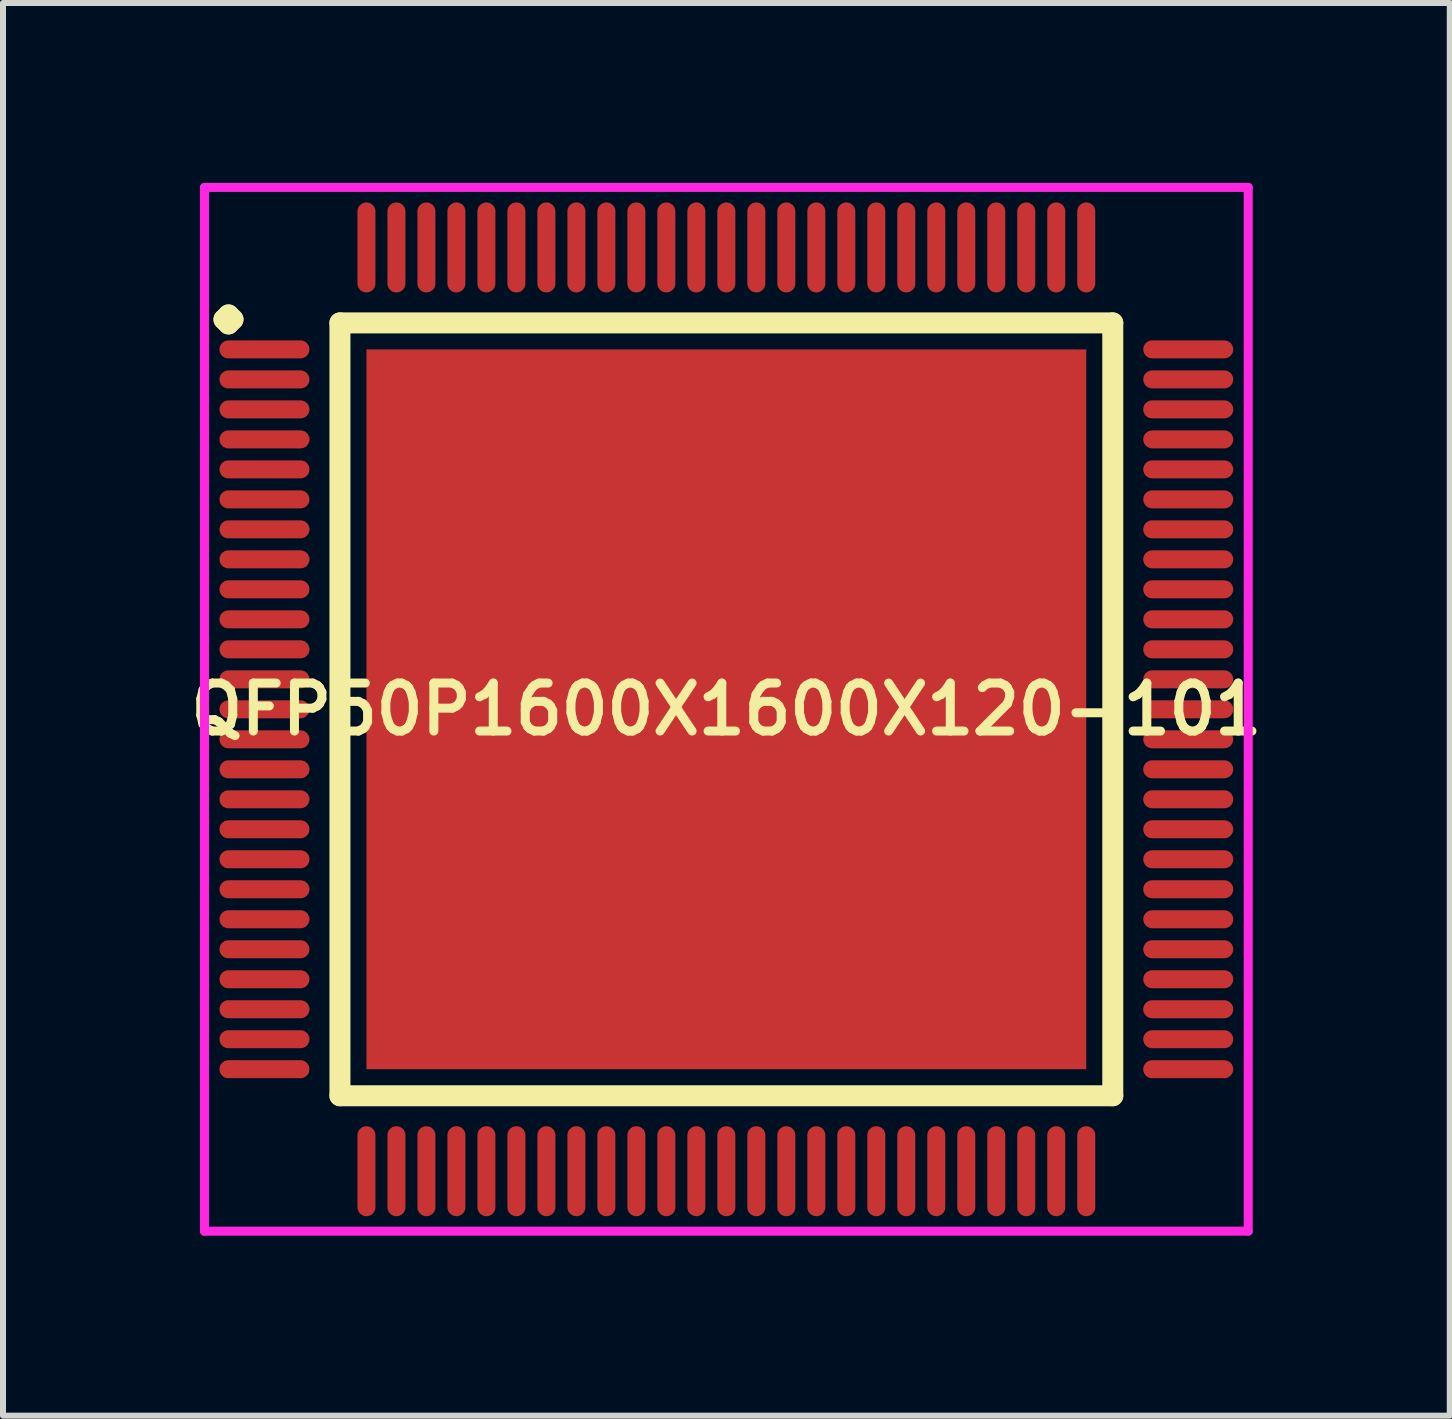
<source format=kicad_pcb>
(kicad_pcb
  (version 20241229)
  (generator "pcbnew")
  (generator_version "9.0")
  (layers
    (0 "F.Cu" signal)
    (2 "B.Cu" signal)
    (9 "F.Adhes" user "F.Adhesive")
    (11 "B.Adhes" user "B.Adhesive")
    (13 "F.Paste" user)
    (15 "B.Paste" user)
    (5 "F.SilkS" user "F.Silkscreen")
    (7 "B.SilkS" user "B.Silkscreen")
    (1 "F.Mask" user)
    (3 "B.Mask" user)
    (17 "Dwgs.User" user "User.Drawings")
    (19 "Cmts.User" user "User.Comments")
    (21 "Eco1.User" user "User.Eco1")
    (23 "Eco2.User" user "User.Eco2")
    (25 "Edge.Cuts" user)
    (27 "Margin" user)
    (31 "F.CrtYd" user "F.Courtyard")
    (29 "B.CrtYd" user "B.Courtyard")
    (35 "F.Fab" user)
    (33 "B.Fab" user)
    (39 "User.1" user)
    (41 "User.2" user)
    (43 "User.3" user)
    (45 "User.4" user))
  (footprint "QFP50P1600X1600X120-101"
    (layer "F.Cu")
    (at 9.059 8.775)
    (property "Reference" "QFP50P1600X1600X120-101" (at 0 0 0) (layer "F.SilkS") (effects (font (size 0.8 0.8) (thickness 0.15))))
    (attr smd)
    (fp_line (start -8.375 -6.5) (end -8.3 -6.575) (stroke (width 0.35) (type solid)) (layer "F.SilkS"))
    (fp_line (start -8.3 -6.575) (end -8.225 -6.5) (stroke (width 0.35) (type solid)) (layer "F.SilkS"))
    (fp_line (start -8.3 -6.425) (end -8.375 -6.5) (stroke (width 0.35) (type solid)) (layer "F.SilkS"))
    (fp_line (start -8.225 -6.5) (end -8.3 -6.425) (stroke (width 0.35) (type solid)) (layer "F.SilkS"))
    (fp_line (start -6.442 -6.442) (end -6.442 6.442) (stroke (width 0.35) (type solid)) (layer "F.SilkS"))
    (fp_line (start -6.442 6.442) (end 6.442 6.442) (stroke (width 0.35) (type solid)) (layer "F.SilkS"))
    (fp_line (start 6.442 -6.442) (end -6.442 -6.442) (stroke (width 0.35) (type solid)) (layer "F.SilkS"))
    (fp_line (start 6.442 6.442) (end 6.442 -6.442) (stroke (width 0.35) (type solid)) (layer "F.SilkS"))
    (fp_line (start -8.7 -8.7) (end 8.7 -8.7) (stroke (width 0.15) (type solid)) (layer "F.CrtYd"))
    (fp_line (start -8.7 8.7) (end -8.7 -8.7) (stroke (width 0.15) (type solid)) (layer "F.CrtYd"))
    (fp_line (start 8.7 -8.7) (end 8.7 8.7) (stroke (width 0.15) (type solid)) (layer "F.CrtYd"))
    (fp_line (start 8.7 8.7) (end -8.7 8.7) (stroke (width 0.15) (type solid)) (layer "F.CrtYd"))
    (pad "1" smd oval (at -7.7 -6) (size 1.5 0.3) (layers "F.Cu" "F.Mask" "F.Paste"))
    (pad "2" smd oval (at -7.7 -5.5) (size 1.5 0.3) (layers "F.Cu" "F.Mask" "F.Paste"))
    (pad "3" smd oval (at -7.7 -5) (size 1.5 0.3) (layers "F.Cu" "F.Mask" "F.Paste"))
    (pad "4" smd oval (at -7.7 -4.5) (size 1.5 0.3) (layers "F.Cu" "F.Mask" "F.Paste"))
    (pad "5" smd oval (at -7.7 -4) (size 1.5 0.3) (layers "F.Cu" "F.Mask" "F.Paste"))
    (pad "6" smd oval (at -7.7 -3.5) (size 1.5 0.3) (layers "F.Cu" "F.Mask" "F.Paste"))
    (pad "7" smd oval (at -7.7 -3) (size 1.5 0.3) (layers "F.Cu" "F.Mask" "F.Paste"))
    (pad "8" smd oval (at -7.7 -2.5) (size 1.5 0.3) (layers "F.Cu" "F.Mask" "F.Paste"))
    (pad "9" smd oval (at -7.7 -2) (size 1.5 0.3) (layers "F.Cu" "F.Mask" "F.Paste"))
    (pad "10" smd oval (at -7.7 -1.5) (size 1.5 0.3) (layers "F.Cu" "F.Mask" "F.Paste"))
    (pad "11" smd oval (at -7.7 -1) (size 1.5 0.3) (layers "F.Cu" "F.Mask" "F.Paste"))
    (pad "12" smd oval (at -7.7 -0.5) (size 1.5 0.3) (layers "F.Cu" "F.Mask" "F.Paste"))
    (pad "13" smd oval (at -7.7 0) (size 1.5 0.3) (layers "F.Cu" "F.Mask" "F.Paste"))
    (pad "14" smd oval (at -7.7 0.5) (size 1.5 0.3) (layers "F.Cu" "F.Mask" "F.Paste"))
    (pad "15" smd oval (at -7.7 1) (size 1.5 0.3) (layers "F.Cu" "F.Mask" "F.Paste"))
    (pad "16" smd oval (at -7.7 1.5) (size 1.5 0.3) (layers "F.Cu" "F.Mask" "F.Paste"))
    (pad "17" smd oval (at -7.7 2) (size 1.5 0.3) (layers "F.Cu" "F.Mask" "F.Paste"))
    (pad "18" smd oval (at -7.7 2.5) (size 1.5 0.3) (layers "F.Cu" "F.Mask" "F.Paste"))
    (pad "19" smd oval (at -7.7 3) (size 1.5 0.3) (layers "F.Cu" "F.Mask" "F.Paste"))
    (pad "20" smd oval (at -7.7 3.5) (size 1.5 0.3) (layers "F.Cu" "F.Mask" "F.Paste"))
    (pad "21" smd oval (at -7.7 4) (size 1.5 0.3) (layers "F.Cu" "F.Mask" "F.Paste"))
    (pad "22" smd oval (at -7.7 4.5) (size 1.5 0.3) (layers "F.Cu" "F.Mask" "F.Paste"))
    (pad "23" smd oval (at -7.7 5) (size 1.5 0.3) (layers "F.Cu" "F.Mask" "F.Paste"))
    (pad "24" smd oval (at -7.7 5.5) (size 1.5 0.3) (layers "F.Cu" "F.Mask" "F.Paste"))
    (pad "25" smd oval (at -7.7 6) (size 1.5 0.3) (layers "F.Cu" "F.Mask" "F.Paste"))
    (pad "26" smd oval (at -6 7.7) (size 0.3 1.5) (layers "F.Cu" "F.Mask" "F.Paste"))
    (pad "27" smd oval (at -5.5 7.7) (size 0.3 1.5) (layers "F.Cu" "F.Mask" "F.Paste"))
    (pad "28" smd oval (at -5 7.7) (size 0.3 1.5) (layers "F.Cu" "F.Mask" "F.Paste"))
    (pad "29" smd oval (at -4.5 7.7) (size 0.3 1.5) (layers "F.Cu" "F.Mask" "F.Paste"))
    (pad "30" smd oval (at -4 7.7) (size 0.3 1.5) (layers "F.Cu" "F.Mask" "F.Paste"))
    (pad "31" smd oval (at -3.5 7.7) (size 0.3 1.5) (layers "F.Cu" "F.Mask" "F.Paste"))
    (pad "32" smd oval (at -3 7.7) (size 0.3 1.5) (layers "F.Cu" "F.Mask" "F.Paste"))
    (pad "33" smd oval (at -2.5 7.7) (size 0.3 1.5) (layers "F.Cu" "F.Mask" "F.Paste"))
    (pad "34" smd oval (at -2 7.7) (size 0.3 1.5) (layers "F.Cu" "F.Mask" "F.Paste"))
    (pad "35" smd oval (at -1.5 7.7) (size 0.3 1.5) (layers "F.Cu" "F.Mask" "F.Paste"))
    (pad "36" smd oval (at -1 7.7) (size 0.3 1.5) (layers "F.Cu" "F.Mask" "F.Paste"))
    (pad "37" smd oval (at -0.5 7.7) (size 0.3 1.5) (layers "F.Cu" "F.Mask" "F.Paste"))
    (pad "38" smd oval (at 0 7.7) (size 0.3 1.5) (layers "F.Cu" "F.Mask" "F.Paste"))
    (pad "39" smd oval (at 0.5 7.7) (size 0.3 1.5) (layers "F.Cu" "F.Mask" "F.Paste"))
    (pad "40" smd oval (at 1 7.7) (size 0.3 1.5) (layers "F.Cu" "F.Mask" "F.Paste"))
    (pad "41" smd oval (at 1.5 7.7) (size 0.3 1.5) (layers "F.Cu" "F.Mask" "F.Paste"))
    (pad "42" smd oval (at 2 7.7) (size 0.3 1.5) (layers "F.Cu" "F.Mask" "F.Paste"))
    (pad "43" smd oval (at 2.5 7.7) (size 0.3 1.5) (layers "F.Cu" "F.Mask" "F.Paste"))
    (pad "44" smd oval (at 3 7.7) (size 0.3 1.5) (layers "F.Cu" "F.Mask" "F.Paste"))
    (pad "45" smd oval (at 3.5 7.7) (size 0.3 1.5) (layers "F.Cu" "F.Mask" "F.Paste"))
    (pad "46" smd oval (at 4 7.7) (size 0.3 1.5) (layers "F.Cu" "F.Mask" "F.Paste"))
    (pad "47" smd oval (at 4.5 7.7) (size 0.3 1.5) (layers "F.Cu" "F.Mask" "F.Paste"))
    (pad "48" smd oval (at 5 7.7) (size 0.3 1.5) (layers "F.Cu" "F.Mask" "F.Paste"))
    (pad "49" smd oval (at 5.5 7.7) (size 0.3 1.5) (layers "F.Cu" "F.Mask" "F.Paste"))
    (pad "50" smd oval (at 6 7.7) (size 0.3 1.5) (layers "F.Cu" "F.Mask" "F.Paste"))
    (pad "51" smd oval (at 7.7 6) (size 1.5 0.3) (layers "F.Cu" "F.Mask" "F.Paste"))
    (pad "52" smd oval (at 7.7 5.5) (size 1.5 0.3) (layers "F.Cu" "F.Mask" "F.Paste"))
    (pad "53" smd oval (at 7.7 5) (size 1.5 0.3) (layers "F.Cu" "F.Mask" "F.Paste"))
    (pad "54" smd oval (at 7.7 4.5) (size 1.5 0.3) (layers "F.Cu" "F.Mask" "F.Paste"))
    (pad "55" smd oval (at 7.7 4) (size 1.5 0.3) (layers "F.Cu" "F.Mask" "F.Paste"))
    (pad "56" smd oval (at 7.7 3.5) (size 1.5 0.3) (layers "F.Cu" "F.Mask" "F.Paste"))
    (pad "57" smd oval (at 7.7 3) (size 1.5 0.3) (layers "F.Cu" "F.Mask" "F.Paste"))
    (pad "58" smd oval (at 7.7 2.5) (size 1.5 0.3) (layers "F.Cu" "F.Mask" "F.Paste"))
    (pad "59" smd oval (at 7.7 2) (size 1.5 0.3) (layers "F.Cu" "F.Mask" "F.Paste"))
    (pad "60" smd oval (at 7.7 1.5) (size 1.5 0.3) (layers "F.Cu" "F.Mask" "F.Paste"))
    (pad "61" smd oval (at 7.7 1) (size 1.5 0.3) (layers "F.Cu" "F.Mask" "F.Paste"))
    (pad "62" smd oval (at 7.7 0.5) (size 1.5 0.3) (layers "F.Cu" "F.Mask" "F.Paste"))
    (pad "63" smd oval (at 7.7 0) (size 1.5 0.3) (layers "F.Cu" "F.Mask" "F.Paste"))
    (pad "64" smd oval (at 7.7 -0.5) (size 1.5 0.3) (layers "F.Cu" "F.Mask" "F.Paste"))
    (pad "65" smd oval (at 7.7 -1) (size 1.5 0.3) (layers "F.Cu" "F.Mask" "F.Paste"))
    (pad "66" smd oval (at 7.7 -1.5) (size 1.5 0.3) (layers "F.Cu" "F.Mask" "F.Paste"))
    (pad "67" smd oval (at 7.7 -2) (size 1.5 0.3) (layers "F.Cu" "F.Mask" "F.Paste"))
    (pad "68" smd oval (at 7.7 -2.5) (size 1.5 0.3) (layers "F.Cu" "F.Mask" "F.Paste"))
    (pad "69" smd oval (at 7.7 -3) (size 1.5 0.3) (layers "F.Cu" "F.Mask" "F.Paste"))
    (pad "70" smd oval (at 7.7 -3.5) (size 1.5 0.3) (layers "F.Cu" "F.Mask" "F.Paste"))
    (pad "71" smd oval (at 7.7 -4) (size 1.5 0.3) (layers "F.Cu" "F.Mask" "F.Paste"))
    (pad "72" smd oval (at 7.7 -4.5) (size 1.5 0.3) (layers "F.Cu" "F.Mask" "F.Paste"))
    (pad "73" smd oval (at 7.7 -5) (size 1.5 0.3) (layers "F.Cu" "F.Mask" "F.Paste"))
    (pad "74" smd oval (at 7.7 -5.5) (size 1.5 0.3) (layers "F.Cu" "F.Mask" "F.Paste"))
    (pad "75" smd oval (at 7.7 -6) (size 1.5 0.3) (layers "F.Cu" "F.Mask" "F.Paste"))
    (pad "76" smd oval (at 6 -7.7) (size 0.3 1.5) (layers "F.Cu" "F.Mask" "F.Paste"))
    (pad "77" smd oval (at 5.5 -7.7) (size 0.3 1.5) (layers "F.Cu" "F.Mask" "F.Paste"))
    (pad "78" smd oval (at 5 -7.7) (size 0.3 1.5) (layers "F.Cu" "F.Mask" "F.Paste"))
    (pad "79" smd oval (at 4.5 -7.7) (size 0.3 1.5) (layers "F.Cu" "F.Mask" "F.Paste"))
    (pad "80" smd oval (at 4 -7.7) (size 0.3 1.5) (layers "F.Cu" "F.Mask" "F.Paste"))
    (pad "81" smd oval (at 3.5 -7.7) (size 0.3 1.5) (layers "F.Cu" "F.Mask" "F.Paste"))
    (pad "82" smd oval (at 3 -7.7) (size 0.3 1.5) (layers "F.Cu" "F.Mask" "F.Paste"))
    (pad "83" smd oval (at 2.5 -7.7) (size 0.3 1.5) (layers "F.Cu" "F.Mask" "F.Paste"))
    (pad "84" smd oval (at 2 -7.7) (size 0.3 1.5) (layers "F.Cu" "F.Mask" "F.Paste"))
    (pad "85" smd oval (at 1.5 -7.7) (size 0.3 1.5) (layers "F.Cu" "F.Mask" "F.Paste"))
    (pad "86" smd oval (at 1 -7.7) (size 0.3 1.5) (layers "F.Cu" "F.Mask" "F.Paste"))
    (pad "87" smd oval (at 0.5 -7.7) (size 0.3 1.5) (layers "F.Cu" "F.Mask" "F.Paste"))
    (pad "88" smd oval (at 0 -7.7) (size 0.3 1.5) (layers "F.Cu" "F.Mask" "F.Paste"))
    (pad "89" smd oval (at -0.5 -7.7) (size 0.3 1.5) (layers "F.Cu" "F.Mask" "F.Paste"))
    (pad "90" smd oval (at -1 -7.7) (size 0.3 1.5) (layers "F.Cu" "F.Mask" "F.Paste"))
    (pad "91" smd oval (at -1.5 -7.7) (size 0.3 1.5) (layers "F.Cu" "F.Mask" "F.Paste"))
    (pad "92" smd oval (at -2 -7.7) (size 0.3 1.5) (layers "F.Cu" "F.Mask" "F.Paste"))
    (pad "93" smd oval (at -2.5 -7.7) (size 0.3 1.5) (layers "F.Cu" "F.Mask" "F.Paste"))
    (pad "94" smd oval (at -3 -7.7) (size 0.3 1.5) (layers "F.Cu" "F.Mask" "F.Paste"))
    (pad "95" smd oval (at -3.5 -7.7) (size 0.3 1.5) (layers "F.Cu" "F.Mask" "F.Paste"))
    (pad "96" smd oval (at -4 -7.7) (size 0.3 1.5) (layers "F.Cu" "F.Mask" "F.Paste"))
    (pad "97" smd oval (at -4.5 -7.7) (size 0.3 1.5) (layers "F.Cu" "F.Mask" "F.Paste"))
    (pad "98" smd oval (at -5 -7.7) (size 0.3 1.5) (layers "F.Cu" "F.Mask" "F.Paste"))
    (pad "99" smd oval (at -5.5 -7.7) (size 0.3 1.5) (layers "F.Cu" "F.Mask" "F.Paste"))
    (pad "100" smd oval (at -6 -7.7) (size 0.3 1.5) (layers "F.Cu" "F.Mask" "F.Paste"))
    (pad "101" smd rect (at 0 0) (size 12 12) (layers "F.Cu" "F.Mask" "F.Paste")))
  (gr_rect
    (start -3 -3)
    (end 21.119 20.55)
    (stroke (width 0.1) (type default))
    (fill no)
    (layer "Edge.Cuts")))
</source>
